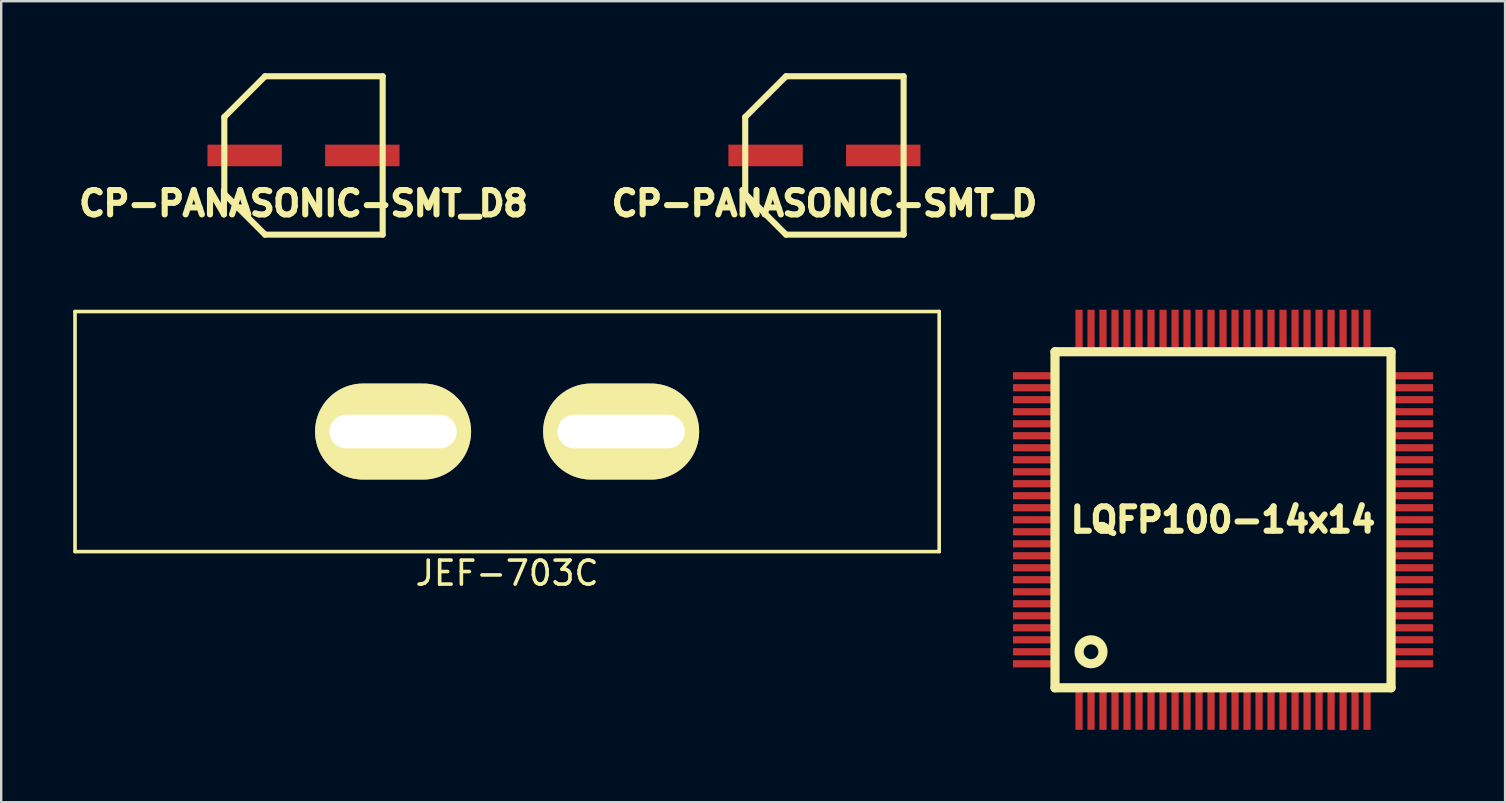
<source format=kicad_pcb>
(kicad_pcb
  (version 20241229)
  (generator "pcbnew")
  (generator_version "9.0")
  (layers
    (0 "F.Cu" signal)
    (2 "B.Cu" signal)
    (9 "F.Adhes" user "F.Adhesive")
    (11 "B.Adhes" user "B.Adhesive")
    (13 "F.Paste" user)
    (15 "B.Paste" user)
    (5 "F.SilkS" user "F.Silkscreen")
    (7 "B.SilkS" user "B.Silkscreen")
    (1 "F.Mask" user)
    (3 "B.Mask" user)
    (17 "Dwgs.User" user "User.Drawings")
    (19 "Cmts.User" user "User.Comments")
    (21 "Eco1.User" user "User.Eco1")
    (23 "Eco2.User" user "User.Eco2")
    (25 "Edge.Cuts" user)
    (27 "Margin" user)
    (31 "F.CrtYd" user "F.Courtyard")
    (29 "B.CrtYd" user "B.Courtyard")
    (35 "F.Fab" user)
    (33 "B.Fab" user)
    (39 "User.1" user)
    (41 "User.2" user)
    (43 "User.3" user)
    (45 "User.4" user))
  (footprint "LQFP100-14x14"
    (layer "F.Cu")
    (at 47.9 18.603)
    (property "Reference" "LQFP100-14x14" (at 0 0 0) (layer "F.SilkS") (effects (font (size 1.016 1.016) (thickness 0.254))))
    (attr through_hole)
    (fp_line (start -7 -7) (end 7 -7) (stroke (width 0.381) (type solid)) (layer "F.SilkS"))
    (fp_line (start -7 7) (end -7 -7) (stroke (width 0.381) (type solid)) (layer "F.SilkS"))
    (fp_line (start 7 -7) (end 7 7) (stroke (width 0.381) (type solid)) (layer "F.SilkS"))
    (fp_line (start 7 7) (end -7 7) (stroke (width 0.381) (type solid)) (layer "F.SilkS"))
    (fp_circle (center -5.499 5.499) (end -5.001 5.499) (stroke (width 0.381) (type solid)) (fill no) (layer "F.SilkS"))
    (pad "1" smd rect (at -5.999 7.95) (size 0.3 1.6) (layers "F.Cu" "F.Mask" "F.Paste"))
    (pad "2" smd rect (at -5.499 7.95) (size 0.3 1.6) (layers "F.Cu" "F.Mask" "F.Paste"))
    (pad "3" smd rect (at -5.001 7.95) (size 0.3 1.6) (layers "F.Cu" "F.Mask" "F.Paste"))
    (pad "4" smd rect (at -4.501 7.95) (size 0.3 1.6) (layers "F.Cu" "F.Mask" "F.Paste"))
    (pad "5" smd rect (at -4 7.95) (size 0.3 1.6) (layers "F.Cu" "F.Mask" "F.Paste"))
    (pad "6" smd rect (at -3.5 7.95) (size 0.3 1.6) (layers "F.Cu" "F.Mask" "F.Paste"))
    (pad "7" smd rect (at -3 7.95) (size 0.3 1.6) (layers "F.Cu" "F.Mask" "F.Paste"))
    (pad "8" smd rect (at -2.499 7.95) (size 0.3 1.6) (layers "F.Cu" "F.Mask" "F.Paste"))
    (pad "9" smd rect (at -1.999 7.95) (size 0.3 1.6) (layers "F.Cu" "F.Mask" "F.Paste"))
    (pad "10" smd rect (at -1.501 7.95) (size 0.3 1.6) (layers "F.Cu" "F.Mask" "F.Paste"))
    (pad "11" smd rect (at -1.001 7.95) (size 0.3 1.6) (layers "F.Cu" "F.Mask" "F.Paste"))
    (pad "12" smd rect (at -0.5 7.95) (size 0.3 1.6) (layers "F.Cu" "F.Mask" "F.Paste"))
    (pad "13" smd rect (at 0 7.95) (size 0.3 1.6) (layers "F.Cu" "F.Mask" "F.Paste"))
    (pad "14" smd rect (at 0.5 7.95) (size 0.3 1.6) (layers "F.Cu" "F.Mask" "F.Paste"))
    (pad "15" smd rect (at 1.001 7.95) (size 0.3 1.6) (layers "F.Cu" "F.Mask" "F.Paste"))
    (pad "16" smd rect (at 1.501 7.95) (size 0.3 1.6) (layers "F.Cu" "F.Mask" "F.Paste"))
    (pad "17" smd rect (at 1.999 7.95) (size 0.3 1.6) (layers "F.Cu" "F.Mask" "F.Paste"))
    (pad "18" smd rect (at 2.499 7.95) (size 0.3 1.6) (layers "F.Cu" "F.Mask" "F.Paste"))
    (pad "19" smd rect (at 3 7.95) (size 0.3 1.6) (layers "F.Cu" "F.Mask" "F.Paste"))
    (pad "20" smd rect (at 3.5 7.95) (size 0.3 1.6) (layers "F.Cu" "F.Mask" "F.Paste"))
    (pad "21" smd rect (at 4 7.95) (size 0.3 1.6) (layers "F.Cu" "F.Mask" "F.Paste"))
    (pad "22" smd rect (at 4.501 7.95) (size 0.3 1.6) (layers "F.Cu" "F.Mask" "F.Paste"))
    (pad "23" smd rect (at 5.001 7.95) (size 0.3 1.63) (layers "F.Cu" "F.Mask" "F.Paste"))
    (pad "24" smd rect (at 5.499 7.95) (size 0.3 1.6) (layers "F.Cu" "F.Mask" "F.Paste"))
    (pad "25" smd rect (at 5.999 7.95) (size 0.3 1.6) (layers "F.Cu" "F.Mask" "F.Paste"))
    (pad "26" smd rect (at 7.95 5.999) (size 1.6 0.3) (layers "F.Cu" "F.Mask" "F.Paste"))
    (pad "27" smd rect (at 7.95 5.499) (size 1.6 0.3) (layers "F.Cu" "F.Mask" "F.Paste"))
    (pad "28" smd rect (at 7.95 5.001) (size 1.6 0.3) (layers "F.Cu" "F.Mask" "F.Paste"))
    (pad "29" smd rect (at 7.95 4.501) (size 1.6 0.3) (layers "F.Cu" "F.Mask" "F.Paste"))
    (pad "30" smd rect (at 7.95 4) (size 1.6 0.3) (layers "F.Cu" "F.Mask" "F.Paste"))
    (pad "31" smd rect (at 7.95 3.5) (size 1.6 0.3) (layers "F.Cu" "F.Mask" "F.Paste"))
    (pad "32" smd rect (at 7.95 3) (size 1.6 0.3) (layers "F.Cu" "F.Mask" "F.Paste"))
    (pad "33" smd rect (at 7.95 2.499) (size 1.6 0.3) (layers "F.Cu" "F.Mask" "F.Paste"))
    (pad "34" smd rect (at 7.95 1.999) (size 1.6 0.3) (layers "F.Cu" "F.Mask" "F.Paste"))
    (pad "35" smd rect (at 7.95 1.501) (size 1.6 0.3) (layers "F.Cu" "F.Mask" "F.Paste"))
    (pad "36" smd rect (at 7.95 1.001) (size 1.6 0.3) (layers "F.Cu" "F.Mask" "F.Paste"))
    (pad "37" smd rect (at 7.95 0.5) (size 1.6 0.3) (layers "F.Cu" "F.Mask" "F.Paste"))
    (pad "38" smd rect (at 7.95 0) (size 1.6 0.3) (layers "F.Cu" "F.Mask" "F.Paste"))
    (pad "39" smd rect (at 7.95 -0.5) (size 1.6 0.3) (layers "F.Cu" "F.Mask" "F.Paste"))
    (pad "40" smd rect (at 7.95 -1.001) (size 1.6 0.3) (layers "F.Cu" "F.Mask" "F.Paste"))
    (pad "41" smd rect (at 7.95 -1.501) (size 1.6 0.3) (layers "F.Cu" "F.Mask" "F.Paste"))
    (pad "42" smd rect (at 7.95 -1.999) (size 1.6 0.3) (layers "F.Cu" "F.Mask" "F.Paste"))
    (pad "43" smd rect (at 7.95 -2.499) (size 1.6 0.3) (layers "F.Cu" "F.Mask" "F.Paste"))
    (pad "44" smd rect (at 7.95 -3) (size 1.6 0.3) (layers "F.Cu" "F.Mask" "F.Paste"))
    (pad "45" smd rect (at 7.95 -3.5) (size 1.6 0.3) (layers "F.Cu" "F.Mask" "F.Paste"))
    (pad "46" smd rect (at 7.95 -4) (size 1.6 0.3) (layers "F.Cu" "F.Mask" "F.Paste"))
    (pad "47" smd rect (at 7.95 -4.501) (size 1.6 0.3) (layers "F.Cu" "F.Mask" "F.Paste"))
    (pad "48" smd rect (at 7.95 -5.001) (size 1.6 0.3) (layers "F.Cu" "F.Mask" "F.Paste"))
    (pad "49" smd rect (at 7.95 -5.499) (size 1.6 0.3) (layers "F.Cu" "F.Mask" "F.Paste"))
    (pad "50" smd rect (at 7.95 -5.999) (size 1.6 0.3) (layers "F.Cu" "F.Mask" "F.Paste"))
    (pad "51" smd rect (at 5.999 -7.95) (size 0.3 1.6) (layers "F.Cu" "F.Mask" "F.Paste"))
    (pad "52" smd rect (at 5.499 -7.95) (size 0.3 1.6) (layers "F.Cu" "F.Mask" "F.Paste"))
    (pad "53" smd rect (at 5.001 -7.95) (size 0.3 1.6) (layers "F.Cu" "F.Mask" "F.Paste"))
    (pad "54" smd rect (at 4.501 -7.95) (size 0.3 1.6) (layers "F.Cu" "F.Mask" "F.Paste"))
    (pad "55" smd rect (at 4 -7.95) (size 0.3 1.6) (layers "F.Cu" "F.Mask" "F.Paste"))
    (pad "56" smd rect (at 3.5 -7.95) (size 0.3 1.6) (layers "F.Cu" "F.Mask" "F.Paste"))
    (pad "57" smd rect (at 3 -7.95) (size 0.3 1.6) (layers "F.Cu" "F.Mask" "F.Paste"))
    (pad "58" smd rect (at 2.499 -7.95) (size 0.3 1.6) (layers "F.Cu" "F.Mask" "F.Paste"))
    (pad "59" smd rect (at 1.999 -7.95) (size 0.3 1.6) (layers "F.Cu" "F.Mask" "F.Paste"))
    (pad "60" smd rect (at 1.501 -7.95) (size 0.3 1.6) (layers "F.Cu" "F.Mask" "F.Paste"))
    (pad "61" smd rect (at 1.001 -7.95) (size 0.3 1.6) (layers "F.Cu" "F.Mask" "F.Paste"))
    (pad "62" smd rect (at 0.5 -7.95) (size 0.3 1.6) (layers "F.Cu" "F.Mask" "F.Paste"))
    (pad "63" smd rect (at 0 -7.95) (size 0.3 1.6) (layers "F.Cu" "F.Mask" "F.Paste"))
    (pad "64" smd rect (at -0.5 -7.95) (size 0.3 1.6) (layers "F.Cu" "F.Mask" "F.Paste"))
    (pad "65" smd rect (at -1.001 -7.95) (size 0.3 1.6) (layers "F.Cu" "F.Mask" "F.Paste"))
    (pad "66" smd rect (at -1.501 -7.95) (size 0.3 1.6) (layers "F.Cu" "F.Mask" "F.Paste"))
    (pad "67" smd rect (at -1.999 -7.95) (size 0.3 1.6) (layers "F.Cu" "F.Mask" "F.Paste"))
    (pad "68" smd rect (at -2.499 -7.95) (size 0.3 1.6) (layers "F.Cu" "F.Mask" "F.Paste"))
    (pad "69" smd rect (at -3 -7.95) (size 0.3 1.6) (layers "F.Cu" "F.Mask" "F.Paste"))
    (pad "70" smd rect (at -3.5 -7.95) (size 0.3 1.6) (layers "F.Cu" "F.Mask" "F.Paste"))
    (pad "71" smd rect (at -4 -7.95) (size 0.3 1.6) (layers "F.Cu" "F.Mask" "F.Paste"))
    (pad "72" smd rect (at -4.501 -7.95) (size 0.3 1.6) (layers "F.Cu" "F.Mask" "F.Paste"))
    (pad "73" smd rect (at -5.001 -7.95) (size 0.3 1.6) (layers "F.Cu" "F.Mask" "F.Paste"))
    (pad "74" smd rect (at -5.499 -7.95) (size 0.3 1.6) (layers "F.Cu" "F.Mask" "F.Paste"))
    (pad "75" smd rect (at -5.999 -7.95) (size 0.3 1.6) (layers "F.Cu" "F.Mask" "F.Paste"))
    (pad "76" smd rect (at -7.95 -5.999) (size 1.6 0.3) (layers "F.Cu" "F.Mask" "F.Paste"))
    (pad "77" smd rect (at -7.95 -5.499) (size 1.6 0.3) (layers "F.Cu" "F.Mask" "F.Paste"))
    (pad "78" smd rect (at -7.95 -5.001) (size 1.6 0.3) (layers "F.Cu" "F.Mask" "F.Paste"))
    (pad "79" smd rect (at -7.95 -4.501) (size 1.6 0.3) (layers "F.Cu" "F.Mask" "F.Paste"))
    (pad "80" smd rect (at -7.95 -4) (size 1.6 0.3) (layers "F.Cu" "F.Mask" "F.Paste"))
    (pad "81" smd rect (at -7.95 -3.5) (size 1.6 0.3) (layers "F.Cu" "F.Mask" "F.Paste"))
    (pad "82" smd rect (at -7.95 -3) (size 1.6 0.3) (layers "F.Cu" "F.Mask" "F.Paste"))
    (pad "83" smd rect (at -7.95 -2.499) (size 1.6 0.3) (layers "F.Cu" "F.Mask" "F.Paste"))
    (pad "84" smd rect (at -7.95 -1.999) (size 1.6 0.3) (layers "F.Cu" "F.Mask" "F.Paste"))
    (pad "85" smd rect (at -7.95 -1.501) (size 1.6 0.3) (layers "F.Cu" "F.Mask" "F.Paste"))
    (pad "86" smd rect (at -7.95 -1.001) (size 1.6 0.3) (layers "F.Cu" "F.Mask" "F.Paste"))
    (pad "87" smd rect (at -7.95 -0.5) (size 1.6 0.3) (layers "F.Cu" "F.Mask" "F.Paste"))
    (pad "88" smd rect (at -7.95 0) (size 1.6 0.3) (layers "F.Cu" "F.Mask" "F.Paste"))
    (pad "89" smd rect (at -7.95 0.5) (size 1.6 0.3) (layers "F.Cu" "F.Mask" "F.Paste"))
    (pad "90" smd rect (at -7.95 1.001) (size 1.6 0.3) (layers "F.Cu" "F.Mask" "F.Paste"))
    (pad "91" smd rect (at -7.95 1.501) (size 1.6 0.3) (layers "F.Cu" "F.Mask" "F.Paste"))
    (pad "92" smd rect (at -7.95 1.999) (size 1.6 0.3) (layers "F.Cu" "F.Mask" "F.Paste"))
    (pad "93" smd rect (at -7.95 2.499) (size 1.6 0.3) (layers "F.Cu" "F.Mask" "F.Paste"))
    (pad "94" smd rect (at -7.95 3) (size 1.6 0.3) (layers "F.Cu" "F.Mask" "F.Paste"))
    (pad "95" smd rect (at -7.95 3.5) (size 1.6 0.3) (layers "F.Cu" "F.Mask" "F.Paste"))
    (pad "96" smd rect (at -7.95 4) (size 1.6 0.3) (layers "F.Cu" "F.Mask" "F.Paste"))
    (pad "97" smd rect (at -7.95 4.501) (size 1.6 0.3) (layers "F.Cu" "F.Mask" "F.Paste"))
    (pad "98" smd rect (at -7.95 5.001) (size 1.6 0.3) (layers "F.Cu" "F.Mask" "F.Paste"))
    (pad "99" smd rect (at -7.95 5.499) (size 1.6 0.3) (layers "F.Cu" "F.Mask" "F.Paste"))
    (pad "100" smd rect (at -7.95 5.999) (size 1.6 0.3) (layers "F.Cu" "F.Mask" "F.Paste")))
  (footprint "CP-PANASONIC-SMT_D"
    (layer "F.Cu")
    (at 31.294 3.426)
    (property "Reference" "CP-PANASONIC-SMT_D" (at 0 1.999 0) (layer "F.SilkS") (effects (font (size 1.016 1.016) (thickness 0.254))))
    (attr through_hole)
    (fp_line (start -3.299 -1.6) (end -3.299 1.6) (stroke (width 0.254) (type solid)) (layer "F.SilkS"))
    (fp_line (start -3.299 1.6) (end -1.6 3.299) (stroke (width 0.254) (type solid)) (layer "F.SilkS"))
    (fp_line (start -1.6 -3.299) (end -3.299 -1.6) (stroke (width 0.254) (type solid)) (layer "F.SilkS"))
    (fp_line (start -1.6 3.299) (end 3.299 3.299) (stroke (width 0.254) (type solid)) (layer "F.SilkS"))
    (fp_line (start 3.299 -3.299) (end -1.6 -3.299) (stroke (width 0.254) (type solid)) (layer "F.SilkS"))
    (fp_line (start 3.299 3.299) (end 3.299 -3.299) (stroke (width 0.254) (type solid)) (layer "F.SilkS"))
    (pad "1" smd rect (at -2.451 0) (size 3.099 0.899) (layers "F.Cu" "F.Mask" "F.Paste"))
    (pad "2" smd rect (at 2.451 0) (size 3.099 0.899) (layers "F.Cu" "F.Mask" "F.Paste")))
  (footprint "CP-PANASONIC-SMT_D8"
    (layer "F.Cu")
    (at 9.593 3.426)
    (property "Reference" "CP-PANASONIC-SMT_D8" (at 0 1.999 0) (layer "F.SilkS") (effects (font (size 1.016 1.016) (thickness 0.254))))
    (attr through_hole)
    (fp_line (start -3.299 -1.6) (end -3.299 1.6) (stroke (width 0.254) (type solid)) (layer "F.SilkS"))
    (fp_line (start -3.299 1.6) (end -1.6 3.299) (stroke (width 0.254) (type solid)) (layer "F.SilkS"))
    (fp_line (start -1.6 -3.299) (end -3.299 -1.6) (stroke (width 0.254) (type solid)) (layer "F.SilkS"))
    (fp_line (start -1.6 3.299) (end 3.299 3.299) (stroke (width 0.254) (type solid)) (layer "F.SilkS"))
    (fp_line (start 3.299 -3.299) (end -1.6 -3.299) (stroke (width 0.254) (type solid)) (layer "F.SilkS"))
    (fp_line (start 3.299 3.299) (end 3.299 -3.299) (stroke (width 0.254) (type solid)) (layer "F.SilkS"))
    (pad "1" smd rect (at -2.451 0) (size 3.099 0.899) (layers "F.Cu" "F.Mask" "F.Paste"))
    (pad "2" smd rect (at 2.451 0) (size 3.099 0.899) (layers "F.Cu" "F.Mask" "F.Paste")))
  (footprint "JEF-703C"
    (layer "F.Cu")
    (at 18.075 14.928)
    (property "Reference" "JEF-703C" (at 0 5.9 0) (layer "F.SilkS") (effects (font (size 1 1) (thickness 0.15))))
    (attr through_hole)
    (fp_line (start -18 -5) (end 18 -5) (stroke (width 0.15) (type solid)) (layer "F.SilkS"))
    (fp_line (start -18 5) (end -18 -5) (stroke (width 0.15) (type solid)) (layer "F.SilkS"))
    (fp_line (start 18 -5) (end 18 5) (stroke (width 0.15) (type solid)) (layer "F.SilkS"))
    (fp_line (start 18 5) (end -18 5) (stroke (width 0.15) (type solid)) (layer "F.SilkS"))
    (pad "1" thru_hole oval (at -4.75 0) (size 6.5 4) (drill oval 5.3 1.4) (layers "*.Cu" "*.Mask" "F.SilkS"))
    (pad "2" thru_hole oval (at 4.75 0) (size 6.5 4) (drill oval 5.3 1.4) (layers "*.Cu" "*.Mask" "F.SilkS")))
  (gr_rect
    (start -3 -3)
    (end 59.65 30.368)
    (stroke (width 0.1) (type default))
    (fill no)
    (layer "Edge.Cuts")))
</source>
